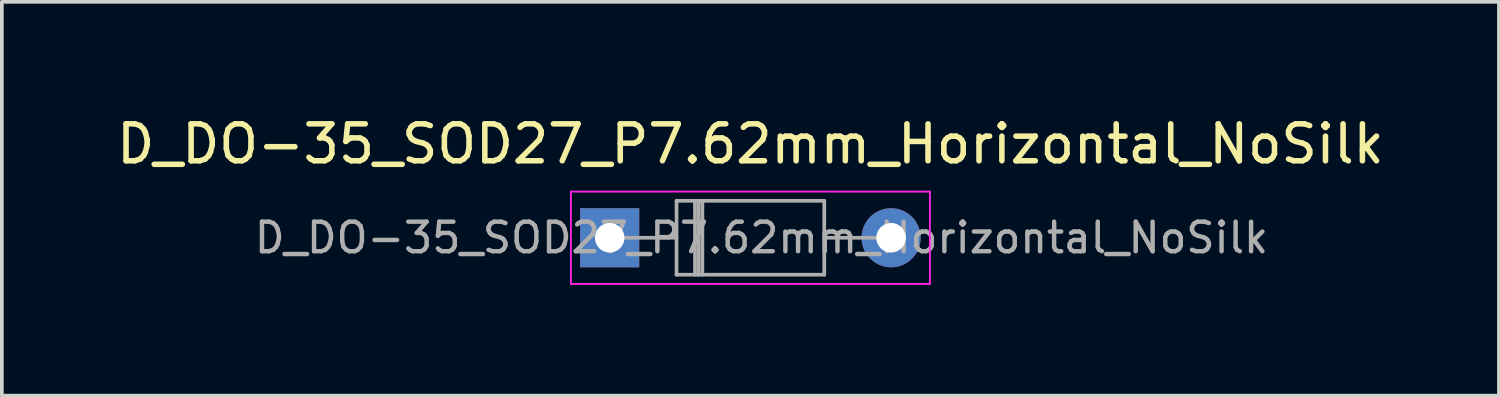
<source format=kicad_pcb>
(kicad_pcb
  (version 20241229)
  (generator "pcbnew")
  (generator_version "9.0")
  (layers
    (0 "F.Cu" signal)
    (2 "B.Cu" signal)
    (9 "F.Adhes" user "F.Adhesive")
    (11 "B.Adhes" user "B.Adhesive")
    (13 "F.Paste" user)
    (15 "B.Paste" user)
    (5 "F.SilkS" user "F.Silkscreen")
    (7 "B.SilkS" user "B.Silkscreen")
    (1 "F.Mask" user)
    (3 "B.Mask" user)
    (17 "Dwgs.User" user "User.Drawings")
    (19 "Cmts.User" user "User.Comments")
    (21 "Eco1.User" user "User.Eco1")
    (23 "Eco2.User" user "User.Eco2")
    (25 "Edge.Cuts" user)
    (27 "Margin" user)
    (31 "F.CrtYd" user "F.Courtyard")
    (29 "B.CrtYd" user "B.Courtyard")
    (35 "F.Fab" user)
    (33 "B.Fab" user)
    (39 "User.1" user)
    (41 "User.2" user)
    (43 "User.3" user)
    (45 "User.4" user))
  (footprint "D_DO-35_SOD27_P7.62mm_Horizontal_NoSilk"
    (layer "F.Cu")
    (at 13.458 3.388)
    (property "Reference" "D_DO-35_SOD27_P7.62mm_Horizontal_NoSilk" (at 3.81 -2.54 0) (layer "F.SilkS") (effects (font (size 1 1) (thickness 0.15))))
    (attr through_hole)
    (fp_line (start -1.05 -1.25) (end -1.05 1.25) (stroke (width 0.05) (type solid)) (layer "F.CrtYd"))
    (fp_line (start -1.05 1.25) (end 8.67 1.25) (stroke (width 0.05) (type solid)) (layer "F.CrtYd"))
    (fp_line (start 8.67 -1.25) (end -1.05 -1.25) (stroke (width 0.05) (type solid)) (layer "F.CrtYd"))
    (fp_line (start 8.67 1.25) (end 8.67 -1.25) (stroke (width 0.05) (type solid)) (layer "F.CrtYd"))
    (fp_line (start 0 0) (end 1.81 0) (stroke (width 0.1) (type solid)) (layer "F.Fab"))
    (fp_line (start 1.81 -1) (end 1.81 1) (stroke (width 0.1) (type solid)) (layer "F.Fab"))
    (fp_line (start 1.81 1) (end 5.81 1) (stroke (width 0.1) (type solid)) (layer "F.Fab"))
    (fp_line (start 2.31 -1) (end 2.31 1) (stroke (width 0.1) (type solid)) (layer "F.Fab"))
    (fp_line (start 2.41 -1) (end 2.41 1) (stroke (width 0.1) (type solid)) (layer "F.Fab"))
    (fp_line (start 2.51 -1) (end 2.51 1) (stroke (width 0.1) (type solid)) (layer "F.Fab"))
    (fp_line (start 5.81 -1) (end 1.81 -1) (stroke (width 0.1) (type solid)) (layer "F.Fab"))
    (fp_line (start 5.81 1) (end 5.81 -1) (stroke (width 0.1) (type solid)) (layer "F.Fab"))
    (fp_line (start 7.62 0) (end 5.81 0) (stroke (width 0.1) (type solid)) (layer "F.Fab"))
    (fp_text user "${REFERENCE}" (at 4.11 0 0) (layer "F.Fab") (effects (font (size 0.8 0.8) (thickness 0.12))))
    (pad "1" thru_hole rect (at 0 0) (size 1.6 1.6) (drill 0.8) (layers "*.Cu" "*.Mask"))
    (pad "2" thru_hole oval (at 7.62 0) (size 1.6 1.6) (drill 0.8) (layers "*.Cu" "*.Mask")))
  (gr_rect
    (start -3 -3)
    (end 37.536 7.663)
    (stroke (width 0.1) (type default))
    (fill no)
    (layer "Edge.Cuts")))
</source>
